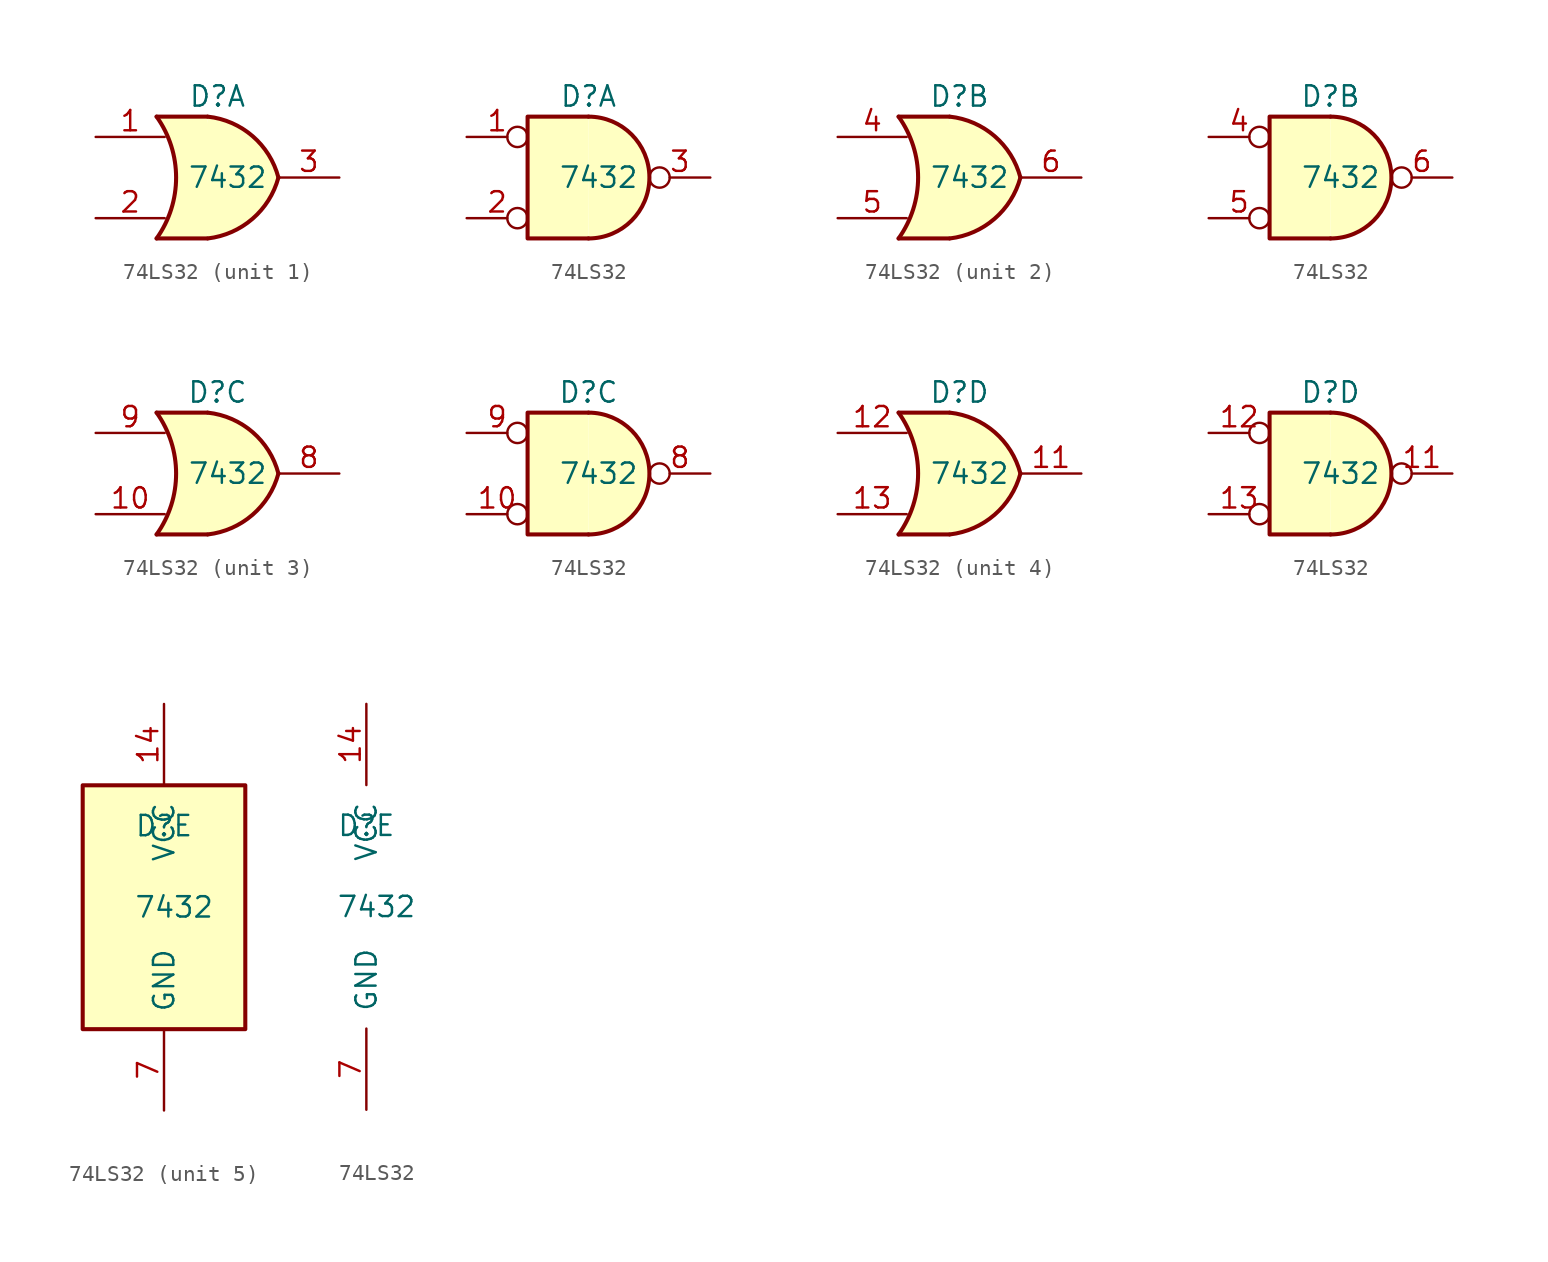
<source format=kicad_sym>
(kicad_symbol_lib
  (version 20241209)
  (generator "kicad_symbol_editor")
  (generator_version "9.0")
  (symbol "74LS32"
    (pin_names
      (offset 1.016))
    (property "Reference" "D"
      (at 0 5.08 0)
      (do_not_autoplace)
      (effects (font (size 1.27 1.27))))
    (property "Value" "7432"
      (at 0.635 0 0)
      (do_not_autoplace)
      (effects (font (size 1.27 1.27))))
    (property "ki_locked" ""
      (at 0 0 0)
      (effects (font (size 1.27 1.27))))
    (symbol "74LS32_1_1"
      (arc (start -3.81 3.81) (mid -2.589 0) (end -3.81 -3.81) (stroke (width 0.254) (type default)) (fill (type none)))
      (polyline (pts (xy -3.81 3.81) (xy -0.635 3.81)) (stroke (width 0.254) (type default)) (fill (type background)))
      (polyline (pts (xy -3.81 -3.81) (xy -0.635 -3.81)) (stroke (width 0.254) (type default)) (fill (type background)))
      (arc (start 3.81 0) (mid 2.1855 -2.584) (end -0.6096 -3.81) (stroke (width 0.254) (type default)) (fill (type background)))
      (arc (start -0.6096 3.81) (mid 2.1928 2.5924) (end 3.81 0) (stroke (width 0.254) (type default)) (fill (type background)))
      (polyline (pts (xy -0.635 3.81) (xy -3.81 3.81) (xy -3.81 3.81) (xy -3.556 3.404) (xy -3.023 2.261) (xy -2.692 1.041) (xy -2.616 -0.254) (xy -2.769 -1.499) (xy -3.175 -2.718) (xy -3.81 -3.81) (xy -3.81 -3.81) (xy -0.635 -3.81)) (stroke (width -25.4) (type default)) (fill (type background)))
      (pin input line (at -7.62 2.54 0) (length 4.318) (name "~" (effects (font (size 1.27 1.27)))) (number "1" (effects (font (size 1.27 1.27)))))
      (pin input line (at -7.62 -2.54 0) (length 4.318) (name "~" (effects (font (size 1.27 1.27)))) (number "2" (effects (font (size 1.27 1.27)))))
      (pin output line (at 7.62 0 180) (length 3.81) (name "~" (effects (font (size 1.27 1.27)))) (number "3" (effects (font (size 1.27 1.27))))))
    (symbol "74LS32_1_2"
      (arc (start 0 3.81) (mid 3.7934 0) (end 0 -3.81) (stroke (width 0.254) (type default)) (fill (type background)))
      (polyline (pts (xy 0 3.81) (xy -3.81 3.81) (xy -3.81 -3.81) (xy 0 -3.81)) (stroke (width 0.254) (type default)) (fill (type background)))
      (pin input inverted (at -7.62 2.54 0) (length 3.81) (name "~" (effects (font (size 1.27 1.27)))) (number "1" (effects (font (size 1.27 1.27)))))
      (pin input inverted (at -7.62 -2.54 0) (length 3.81) (name "~" (effects (font (size 1.27 1.27)))) (number "2" (effects (font (size 1.27 1.27)))))
      (pin output inverted (at 7.62 0 180) (length 3.81) (name "~" (effects (font (size 1.27 1.27)))) (number "3" (effects (font (size 1.27 1.27))))))
    (symbol "74LS32_2_1"
      (arc (start -3.81 3.81) (mid -2.589 0) (end -3.81 -3.81) (stroke (width 0.254) (type default)) (fill (type none)))
      (polyline (pts (xy -3.81 3.81) (xy -0.635 3.81)) (stroke (width 0.254) (type default)) (fill (type background)))
      (polyline (pts (xy -3.81 -3.81) (xy -0.635 -3.81)) (stroke (width 0.254) (type default)) (fill (type background)))
      (arc (start 3.81 0) (mid 2.1855 -2.584) (end -0.6096 -3.81) (stroke (width 0.254) (type default)) (fill (type background)))
      (arc (start -0.6096 3.81) (mid 2.1928 2.5924) (end 3.81 0) (stroke (width 0.254) (type default)) (fill (type background)))
      (polyline (pts (xy -0.635 3.81) (xy -3.81 3.81) (xy -3.81 3.81) (xy -3.556 3.404) (xy -3.023 2.261) (xy -2.692 1.041) (xy -2.616 -0.254) (xy -2.769 -1.499) (xy -3.175 -2.718) (xy -3.81 -3.81) (xy -3.81 -3.81) (xy -0.635 -3.81)) (stroke (width -25.4) (type default)) (fill (type background)))
      (pin input line (at -7.62 2.54 0) (length 4.318) (name "~" (effects (font (size 1.27 1.27)))) (number "4" (effects (font (size 1.27 1.27)))))
      (pin input line (at -7.62 -2.54 0) (length 4.318) (name "~" (effects (font (size 1.27 1.27)))) (number "5" (effects (font (size 1.27 1.27)))))
      (pin output line (at 7.62 0 180) (length 3.81) (name "~" (effects (font (size 1.27 1.27)))) (number "6" (effects (font (size 1.27 1.27))))))
    (symbol "74LS32_2_2"
      (arc (start 0 3.81) (mid 3.7934 0) (end 0 -3.81) (stroke (width 0.254) (type default)) (fill (type background)))
      (polyline (pts (xy 0 3.81) (xy -3.81 3.81) (xy -3.81 -3.81) (xy 0 -3.81)) (stroke (width 0.254) (type default)) (fill (type background)))
      (pin input inverted (at -7.62 2.54 0) (length 3.81) (name "~" (effects (font (size 1.27 1.27)))) (number "4" (effects (font (size 1.27 1.27)))))
      (pin input inverted (at -7.62 -2.54 0) (length 3.81) (name "~" (effects (font (size 1.27 1.27)))) (number "5" (effects (font (size 1.27 1.27)))))
      (pin output inverted (at 7.62 0 180) (length 3.81) (name "~" (effects (font (size 1.27 1.27)))) (number "6" (effects (font (size 1.27 1.27))))))
    (symbol "74LS32_3_1"
      (arc (start -3.81 3.81) (mid -2.589 0) (end -3.81 -3.81) (stroke (width 0.254) (type default)) (fill (type none)))
      (polyline (pts (xy -3.81 3.81) (xy -0.635 3.81)) (stroke (width 0.254) (type default)) (fill (type background)))
      (polyline (pts (xy -3.81 -3.81) (xy -0.635 -3.81)) (stroke (width 0.254) (type default)) (fill (type background)))
      (arc (start 3.81 0) (mid 2.1855 -2.584) (end -0.6096 -3.81) (stroke (width 0.254) (type default)) (fill (type background)))
      (arc (start -0.6096 3.81) (mid 2.1928 2.5924) (end 3.81 0) (stroke (width 0.254) (type default)) (fill (type background)))
      (polyline (pts (xy -0.635 3.81) (xy -3.81 3.81) (xy -3.81 3.81) (xy -3.556 3.404) (xy -3.023 2.261) (xy -2.692 1.041) (xy -2.616 -0.254) (xy -2.769 -1.499) (xy -3.175 -2.718) (xy -3.81 -3.81) (xy -3.81 -3.81) (xy -0.635 -3.81)) (stroke (width -25.4) (type default)) (fill (type background)))
      (pin input line (at -7.62 2.54 0) (length 4.318) (name "~" (effects (font (size 1.27 1.27)))) (number "9" (effects (font (size 1.27 1.27)))))
      (pin input line (at -7.62 -2.54 0) (length 4.318) (name "~" (effects (font (size 1.27 1.27)))) (number "10" (effects (font (size 1.27 1.27)))))
      (pin output line (at 7.62 0 180) (length 3.81) (name "~" (effects (font (size 1.27 1.27)))) (number "8" (effects (font (size 1.27 1.27))))))
    (symbol "74LS32_3_2"
      (arc (start 0 3.81) (mid 3.7934 0) (end 0 -3.81) (stroke (width 0.254) (type default)) (fill (type background)))
      (polyline (pts (xy 0 3.81) (xy -3.81 3.81) (xy -3.81 -3.81) (xy 0 -3.81)) (stroke (width 0.254) (type default)) (fill (type background)))
      (pin input inverted (at -7.62 2.54 0) (length 3.81) (name "~" (effects (font (size 1.27 1.27)))) (number "9" (effects (font (size 1.27 1.27)))))
      (pin input inverted (at -7.62 -2.54 0) (length 3.81) (name "~" (effects (font (size 1.27 1.27)))) (number "10" (effects (font (size 1.27 1.27)))))
      (pin output inverted (at 7.62 0 180) (length 3.81) (name "~" (effects (font (size 1.27 1.27)))) (number "8" (effects (font (size 1.27 1.27))))))
    (symbol "74LS32_4_1"
      (arc (start -3.81 3.81) (mid -2.589 0) (end -3.81 -3.81) (stroke (width 0.254) (type default)) (fill (type none)))
      (polyline (pts (xy -3.81 3.81) (xy -0.635 3.81)) (stroke (width 0.254) (type default)) (fill (type background)))
      (polyline (pts (xy -3.81 -3.81) (xy -0.635 -3.81)) (stroke (width 0.254) (type default)) (fill (type background)))
      (arc (start 3.81 0) (mid 2.1855 -2.584) (end -0.6096 -3.81) (stroke (width 0.254) (type default)) (fill (type background)))
      (arc (start -0.6096 3.81) (mid 2.1928 2.5924) (end 3.81 0) (stroke (width 0.254) (type default)) (fill (type background)))
      (polyline (pts (xy -0.635 3.81) (xy -3.81 3.81) (xy -3.81 3.81) (xy -3.556 3.404) (xy -3.023 2.261) (xy -2.692 1.041) (xy -2.616 -0.254) (xy -2.769 -1.499) (xy -3.175 -2.718) (xy -3.81 -3.81) (xy -3.81 -3.81) (xy -0.635 -3.81)) (stroke (width -25.4) (type default)) (fill (type background)))
      (pin input line (at -7.62 2.54 0) (length 4.318) (name "~" (effects (font (size 1.27 1.27)))) (number "12" (effects (font (size 1.27 1.27)))))
      (pin input line (at -7.62 -2.54 0) (length 4.318) (name "~" (effects (font (size 1.27 1.27)))) (number "13" (effects (font (size 1.27 1.27)))))
      (pin output line (at 7.62 0 180) (length 3.81) (name "~" (effects (font (size 1.27 1.27)))) (number "11" (effects (font (size 1.27 1.27))))))
    (symbol "74LS32_4_2"
      (arc (start 0 3.81) (mid 3.7934 0) (end 0 -3.81) (stroke (width 0.254) (type default)) (fill (type background)))
      (polyline (pts (xy 0 3.81) (xy -3.81 3.81) (xy -3.81 -3.81) (xy 0 -3.81)) (stroke (width 0.254) (type default)) (fill (type background)))
      (pin input inverted (at -7.62 2.54 0) (length 3.81) (name "~" (effects (font (size 1.27 1.27)))) (number "12" (effects (font (size 1.27 1.27)))))
      (pin input inverted (at -7.62 -2.54 0) (length 3.81) (name "~" (effects (font (size 1.27 1.27)))) (number "13" (effects (font (size 1.27 1.27)))))
      (pin output inverted (at 7.62 0 180) (length 3.81) (name "~" (effects (font (size 1.27 1.27)))) (number "11" (effects (font (size 1.27 1.27))))))
    (symbol "74LS32_5_0"
      (pin power_in line (at 0 12.7 270) (length 5.08) (name "VCC" (effects (font (size 1.27 1.27)))) (number "14" (effects (font (size 1.27 1.27)))))
      (pin power_in line (at 0 -12.7 90) (length 5.08) (name "GND" (effects (font (size 1.27 1.27)))) (number "7" (effects (font (size 1.27 1.27))))))
    (symbol "74LS32_5_1"
      (rectangle (start -5.08 7.62) (end 5.08 -7.62) (stroke (width 0.254) (type default)) (fill (type background))))))
</source>
